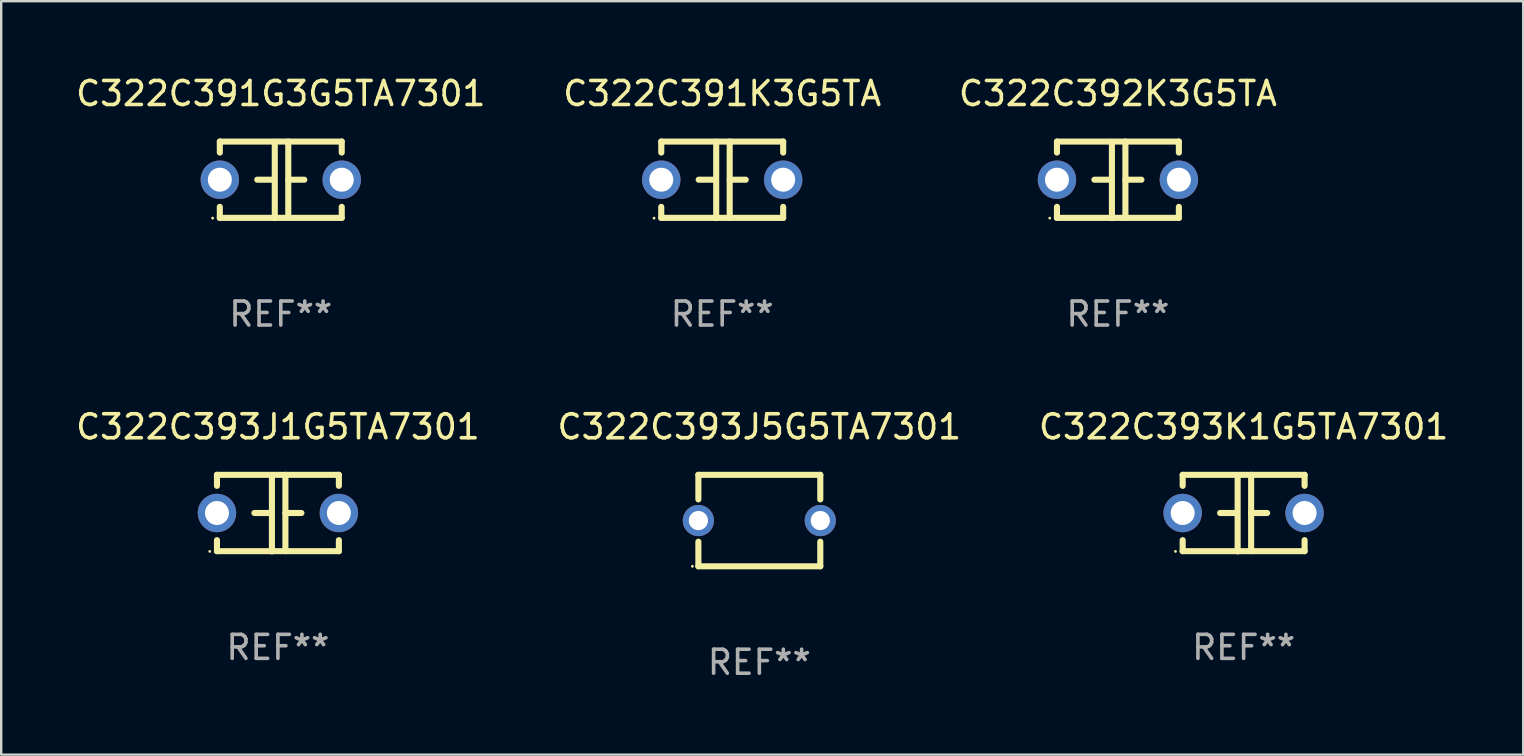
<source format=kicad_pcb>
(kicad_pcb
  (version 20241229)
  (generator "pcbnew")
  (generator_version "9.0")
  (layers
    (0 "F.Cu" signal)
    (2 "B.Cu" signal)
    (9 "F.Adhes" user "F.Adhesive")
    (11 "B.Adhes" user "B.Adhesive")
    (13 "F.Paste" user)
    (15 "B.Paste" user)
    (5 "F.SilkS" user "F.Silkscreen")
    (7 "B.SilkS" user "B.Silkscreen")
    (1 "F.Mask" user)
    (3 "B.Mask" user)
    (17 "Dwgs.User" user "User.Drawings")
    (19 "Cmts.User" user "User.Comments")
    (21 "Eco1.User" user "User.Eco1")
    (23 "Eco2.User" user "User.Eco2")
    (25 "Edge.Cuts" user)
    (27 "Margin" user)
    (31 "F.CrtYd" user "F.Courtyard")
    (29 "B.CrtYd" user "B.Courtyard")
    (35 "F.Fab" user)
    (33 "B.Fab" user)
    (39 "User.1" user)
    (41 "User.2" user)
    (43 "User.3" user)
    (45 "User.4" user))
  (footprint "C322C392K3G5TA"
    (layer "F.Cu")
    (at 43.53 4.443)
    (property "Reference" "C322C392K3G5TA" (at 0 -3.595 0) (layer "F.SilkS") (effects (font (size 1 1) (thickness 0.15))))
    (attr through_hole)
    (fp_line (start -2.54 -1.595) (end -2.54 -1.136) (stroke (width 0.254) (type solid)) (layer "F.SilkS"))
    (fp_line (start -2.54 -1.595) (end 2.54 -1.595) (stroke (width 0.254) (type solid)) (layer "F.SilkS"))
    (fp_line (start -2.54 1.126) (end -2.54 1.585) (stroke (width 0.254) (type solid)) (layer "F.SilkS"))
    (fp_line (start -0.312 -0.005) (end -0.98 -0.005) (stroke (width 0.254) (type solid)) (layer "F.SilkS"))
    (fp_line (start -0.25 -1.585) (end -0.25 1.595) (stroke (width 0.254) (type solid)) (layer "F.SilkS"))
    (fp_line (start 0.312 -1.595) (end 0.312 1.585) (stroke (width 0.254) (type solid)) (layer "F.SilkS"))
    (fp_line (start 0.312 -0.005) (end 0.98 -0.005) (stroke (width 0.254) (type solid)) (layer "F.SilkS"))
    (fp_line (start 2.54 -1.595) (end 2.54 -1.136) (stroke (width 0.254) (type solid)) (layer "F.SilkS"))
    (fp_line (start 2.54 1.126) (end 2.54 1.585) (stroke (width 0.254) (type solid)) (layer "F.SilkS"))
    (fp_line (start 2.54 1.585) (end -2.54 1.585) (stroke (width 0.254) (type solid)) (layer "F.SilkS"))
    (fp_circle (center -2.84 1.595) (end -2.81 1.595) (stroke (width 0.06) (type solid)) (fill no) (layer "F.SilkS"))
    (fp_text user "REF**" (at 0 5.595 0) (layer "F.Fab") (effects (font (size 1 1) (thickness 0.15))))
    (pad "1" thru_hole circle (at -2.54 -0.005) (size 1.6 1.6) (drill 1) (layers "*.Cu" "*.Mask"))
    (pad "2" thru_hole circle (at 2.54 -0.005) (size 1.6 1.6) (drill 1) (layers "*.Cu" "*.Mask")))
  (footprint "C322C393J5G5TA7301"
    (layer "F.Cu")
    (at 28.589 18.64)
    (property "Reference" "C322C393J5G5TA7301" (at 0 -3.905 0) (layer "F.SilkS") (effects (font (size 1 1) (thickness 0.15))))
    (attr through_hole)
    (fp_line (start -2.54 -1.905) (end -2.54 -0.881) (stroke (width 0.254) (type solid)) (layer "F.SilkS"))
    (fp_line (start -2.54 0.881) (end -2.54 1.905) (stroke (width 0.254) (type solid)) (layer "F.SilkS"))
    (fp_line (start -2.54 1.905) (end 2.54 1.905) (stroke (width 0.254) (type solid)) (layer "F.SilkS"))
    (fp_line (start 2.54 -1.905) (end -2.54 -1.905) (stroke (width 0.254) (type solid)) (layer "F.SilkS"))
    (fp_line (start 2.54 -0.881) (end 2.54 -1.905) (stroke (width 0.254) (type solid)) (layer "F.SilkS"))
    (fp_line (start 2.54 1.905) (end 2.54 0.881) (stroke (width 0.254) (type solid)) (layer "F.SilkS"))
    (fp_circle (center -2.79 1.905) (end -2.76 1.905) (stroke (width 0.06) (type solid)) (fill no) (layer "F.SilkS"))
    (fp_text user "REF**" (at 0 5.905 0) (layer "F.Fab") (effects (font (size 1 1) (thickness 0.15))))
    (pad "1" thru_hole circle (at -2.54 0) (size 1.3 1.3) (drill 0.8) (layers "*.Cu" "*.Mask"))
    (pad "2" thru_hole circle (at 2.54 0) (size 1.3 1.3) (drill 0.8) (layers "*.Cu" "*.Mask")))
  (footprint "C322C391K3G5TA"
    (layer "F.Cu")
    (at 27.042 4.443)
    (property "Reference" "C322C391K3G5TA" (at 0 -3.595 0) (layer "F.SilkS") (effects (font (size 1 1) (thickness 0.15))))
    (attr through_hole)
    (fp_line (start -2.54 -1.595) (end -2.54 -1.136) (stroke (width 0.254) (type solid)) (layer "F.SilkS"))
    (fp_line (start -2.54 -1.595) (end 2.54 -1.595) (stroke (width 0.254) (type solid)) (layer "F.SilkS"))
    (fp_line (start -2.54 1.126) (end -2.54 1.585) (stroke (width 0.254) (type solid)) (layer "F.SilkS"))
    (fp_line (start -0.312 -0.005) (end -0.98 -0.005) (stroke (width 0.254) (type solid)) (layer "F.SilkS"))
    (fp_line (start -0.25 -1.585) (end -0.25 1.595) (stroke (width 0.254) (type solid)) (layer "F.SilkS"))
    (fp_line (start 0.312 -1.595) (end 0.312 1.585) (stroke (width 0.254) (type solid)) (layer "F.SilkS"))
    (fp_line (start 0.312 -0.005) (end 0.98 -0.005) (stroke (width 0.254) (type solid)) (layer "F.SilkS"))
    (fp_line (start 2.54 -1.595) (end 2.54 -1.136) (stroke (width 0.254) (type solid)) (layer "F.SilkS"))
    (fp_line (start 2.54 1.126) (end 2.54 1.585) (stroke (width 0.254) (type solid)) (layer "F.SilkS"))
    (fp_line (start 2.54 1.585) (end -2.54 1.585) (stroke (width 0.254) (type solid)) (layer "F.SilkS"))
    (fp_circle (center -2.84 1.595) (end -2.81 1.595) (stroke (width 0.06) (type solid)) (fill no) (layer "F.SilkS"))
    (fp_text user "REF**" (at 0 5.595 0) (layer "F.Fab") (effects (font (size 1 1) (thickness 0.15))))
    (pad "1" thru_hole circle (at -2.54 -0.005) (size 1.6 1.6) (drill 1) (layers "*.Cu" "*.Mask"))
    (pad "2" thru_hole circle (at 2.54 -0.005) (size 1.6 1.6) (drill 1) (layers "*.Cu" "*.Mask")))
  (footprint "C322C391G3G5TA7301"
    (layer "F.Cu")
    (at 8.649 4.443)
    (property "Reference" "C322C391G3G5TA7301" (at 0 -3.595 0) (layer "F.SilkS") (effects (font (size 1 1) (thickness 0.15))))
    (attr through_hole)
    (fp_line (start -2.54 -1.595) (end -2.54 -1.136) (stroke (width 0.254) (type solid)) (layer "F.SilkS"))
    (fp_line (start -2.54 -1.595) (end 2.54 -1.595) (stroke (width 0.254) (type solid)) (layer "F.SilkS"))
    (fp_line (start -2.54 1.126) (end -2.54 1.585) (stroke (width 0.254) (type solid)) (layer "F.SilkS"))
    (fp_line (start -0.312 -0.005) (end -0.98 -0.005) (stroke (width 0.254) (type solid)) (layer "F.SilkS"))
    (fp_line (start -0.25 -1.585) (end -0.25 1.595) (stroke (width 0.254) (type solid)) (layer "F.SilkS"))
    (fp_line (start 0.312 -1.595) (end 0.312 1.585) (stroke (width 0.254) (type solid)) (layer "F.SilkS"))
    (fp_line (start 0.312 -0.005) (end 0.98 -0.005) (stroke (width 0.254) (type solid)) (layer "F.SilkS"))
    (fp_line (start 2.54 -1.595) (end 2.54 -1.136) (stroke (width 0.254) (type solid)) (layer "F.SilkS"))
    (fp_line (start 2.54 1.126) (end 2.54 1.585) (stroke (width 0.254) (type solid)) (layer "F.SilkS"))
    (fp_line (start 2.54 1.585) (end -2.54 1.585) (stroke (width 0.254) (type solid)) (layer "F.SilkS"))
    (fp_circle (center -2.84 1.595) (end -2.81 1.595) (stroke (width 0.06) (type solid)) (fill no) (layer "F.SilkS"))
    (fp_text user "REF**" (at 0 5.595 0) (layer "F.Fab") (effects (font (size 1 1) (thickness 0.15))))
    (pad "1" thru_hole circle (at -2.54 -0.005) (size 1.6 1.6) (drill 1) (layers "*.Cu" "*.Mask"))
    (pad "2" thru_hole circle (at 2.54 -0.005) (size 1.6 1.6) (drill 1) (layers "*.Cu" "*.Mask")))
  (footprint "C322C393K1G5TA7301"
    (layer "F.Cu")
    (at 48.768 18.33)
    (property "Reference" "C322C393K1G5TA7301" (at 0 -3.595 0) (layer "F.SilkS") (effects (font (size 1 1) (thickness 0.15))))
    (attr through_hole)
    (fp_line (start -2.54 -1.595) (end -2.54 -1.136) (stroke (width 0.254) (type solid)) (layer "F.SilkS"))
    (fp_line (start -2.54 -1.595) (end 2.54 -1.595) (stroke (width 0.254) (type solid)) (layer "F.SilkS"))
    (fp_line (start -2.54 1.126) (end -2.54 1.585) (stroke (width 0.254) (type solid)) (layer "F.SilkS"))
    (fp_line (start -0.312 -0.005) (end -0.98 -0.005) (stroke (width 0.254) (type solid)) (layer "F.SilkS"))
    (fp_line (start -0.25 -1.585) (end -0.25 1.595) (stroke (width 0.254) (type solid)) (layer "F.SilkS"))
    (fp_line (start 0.312 -1.595) (end 0.312 1.585) (stroke (width 0.254) (type solid)) (layer "F.SilkS"))
    (fp_line (start 0.312 -0.005) (end 0.98 -0.005) (stroke (width 0.254) (type solid)) (layer "F.SilkS"))
    (fp_line (start 2.54 -1.595) (end 2.54 -1.136) (stroke (width 0.254) (type solid)) (layer "F.SilkS"))
    (fp_line (start 2.54 1.126) (end 2.54 1.585) (stroke (width 0.254) (type solid)) (layer "F.SilkS"))
    (fp_line (start 2.54 1.585) (end -2.54 1.585) (stroke (width 0.254) (type solid)) (layer "F.SilkS"))
    (fp_circle (center -2.84 1.595) (end -2.81 1.595) (stroke (width 0.06) (type solid)) (fill no) (layer "F.SilkS"))
    (fp_text user "REF**" (at 0 5.595 0) (layer "F.Fab") (effects (font (size 1 1) (thickness 0.15))))
    (pad "1" thru_hole circle (at -2.54 -0.005) (size 1.6 1.6) (drill 1) (layers "*.Cu" "*.Mask"))
    (pad "2" thru_hole circle (at 2.54 -0.005) (size 1.6 1.6) (drill 1) (layers "*.Cu" "*.Mask")))
  (footprint "C322C393J1G5TA7301"
    (layer "F.Cu")
    (at 8.53 18.33)
    (property "Reference" "C322C393J1G5TA7301" (at 0 -3.595 0) (layer "F.SilkS") (effects (font (size 1 1) (thickness 0.15))))
    (attr through_hole)
    (fp_line (start -2.54 -1.595) (end -2.54 -1.136) (stroke (width 0.254) (type solid)) (layer "F.SilkS"))
    (fp_line (start -2.54 -1.595) (end 2.54 -1.595) (stroke (width 0.254) (type solid)) (layer "F.SilkS"))
    (fp_line (start -2.54 1.126) (end -2.54 1.585) (stroke (width 0.254) (type solid)) (layer "F.SilkS"))
    (fp_line (start -0.312 -0.005) (end -0.98 -0.005) (stroke (width 0.254) (type solid)) (layer "F.SilkS"))
    (fp_line (start -0.25 -1.585) (end -0.25 1.595) (stroke (width 0.254) (type solid)) (layer "F.SilkS"))
    (fp_line (start 0.312 -1.595) (end 0.312 1.585) (stroke (width 0.254) (type solid)) (layer "F.SilkS"))
    (fp_line (start 0.312 -0.005) (end 0.98 -0.005) (stroke (width 0.254) (type solid)) (layer "F.SilkS"))
    (fp_line (start 2.54 -1.595) (end 2.54 -1.136) (stroke (width 0.254) (type solid)) (layer "F.SilkS"))
    (fp_line (start 2.54 1.126) (end 2.54 1.585) (stroke (width 0.254) (type solid)) (layer "F.SilkS"))
    (fp_line (start 2.54 1.585) (end -2.54 1.585) (stroke (width 0.254) (type solid)) (layer "F.SilkS"))
    (fp_circle (center -2.84 1.595) (end -2.81 1.595) (stroke (width 0.06) (type solid)) (fill no) (layer "F.SilkS"))
    (fp_text user "REF**" (at 0 5.595 0) (layer "F.Fab") (effects (font (size 1 1) (thickness 0.15))))
    (pad "1" thru_hole circle (at -2.54 -0.005) (size 1.6 1.6) (drill 1) (layers "*.Cu" "*.Mask"))
    (pad "2" thru_hole circle (at 2.54 -0.005) (size 1.6 1.6) (drill 1) (layers "*.Cu" "*.Mask")))
  (gr_rect
    (start -3 -3)
    (end 60.417 28.393)
    (stroke (width 0.1) (type default))
    (fill no)
    (layer "Edge.Cuts")))
</source>
